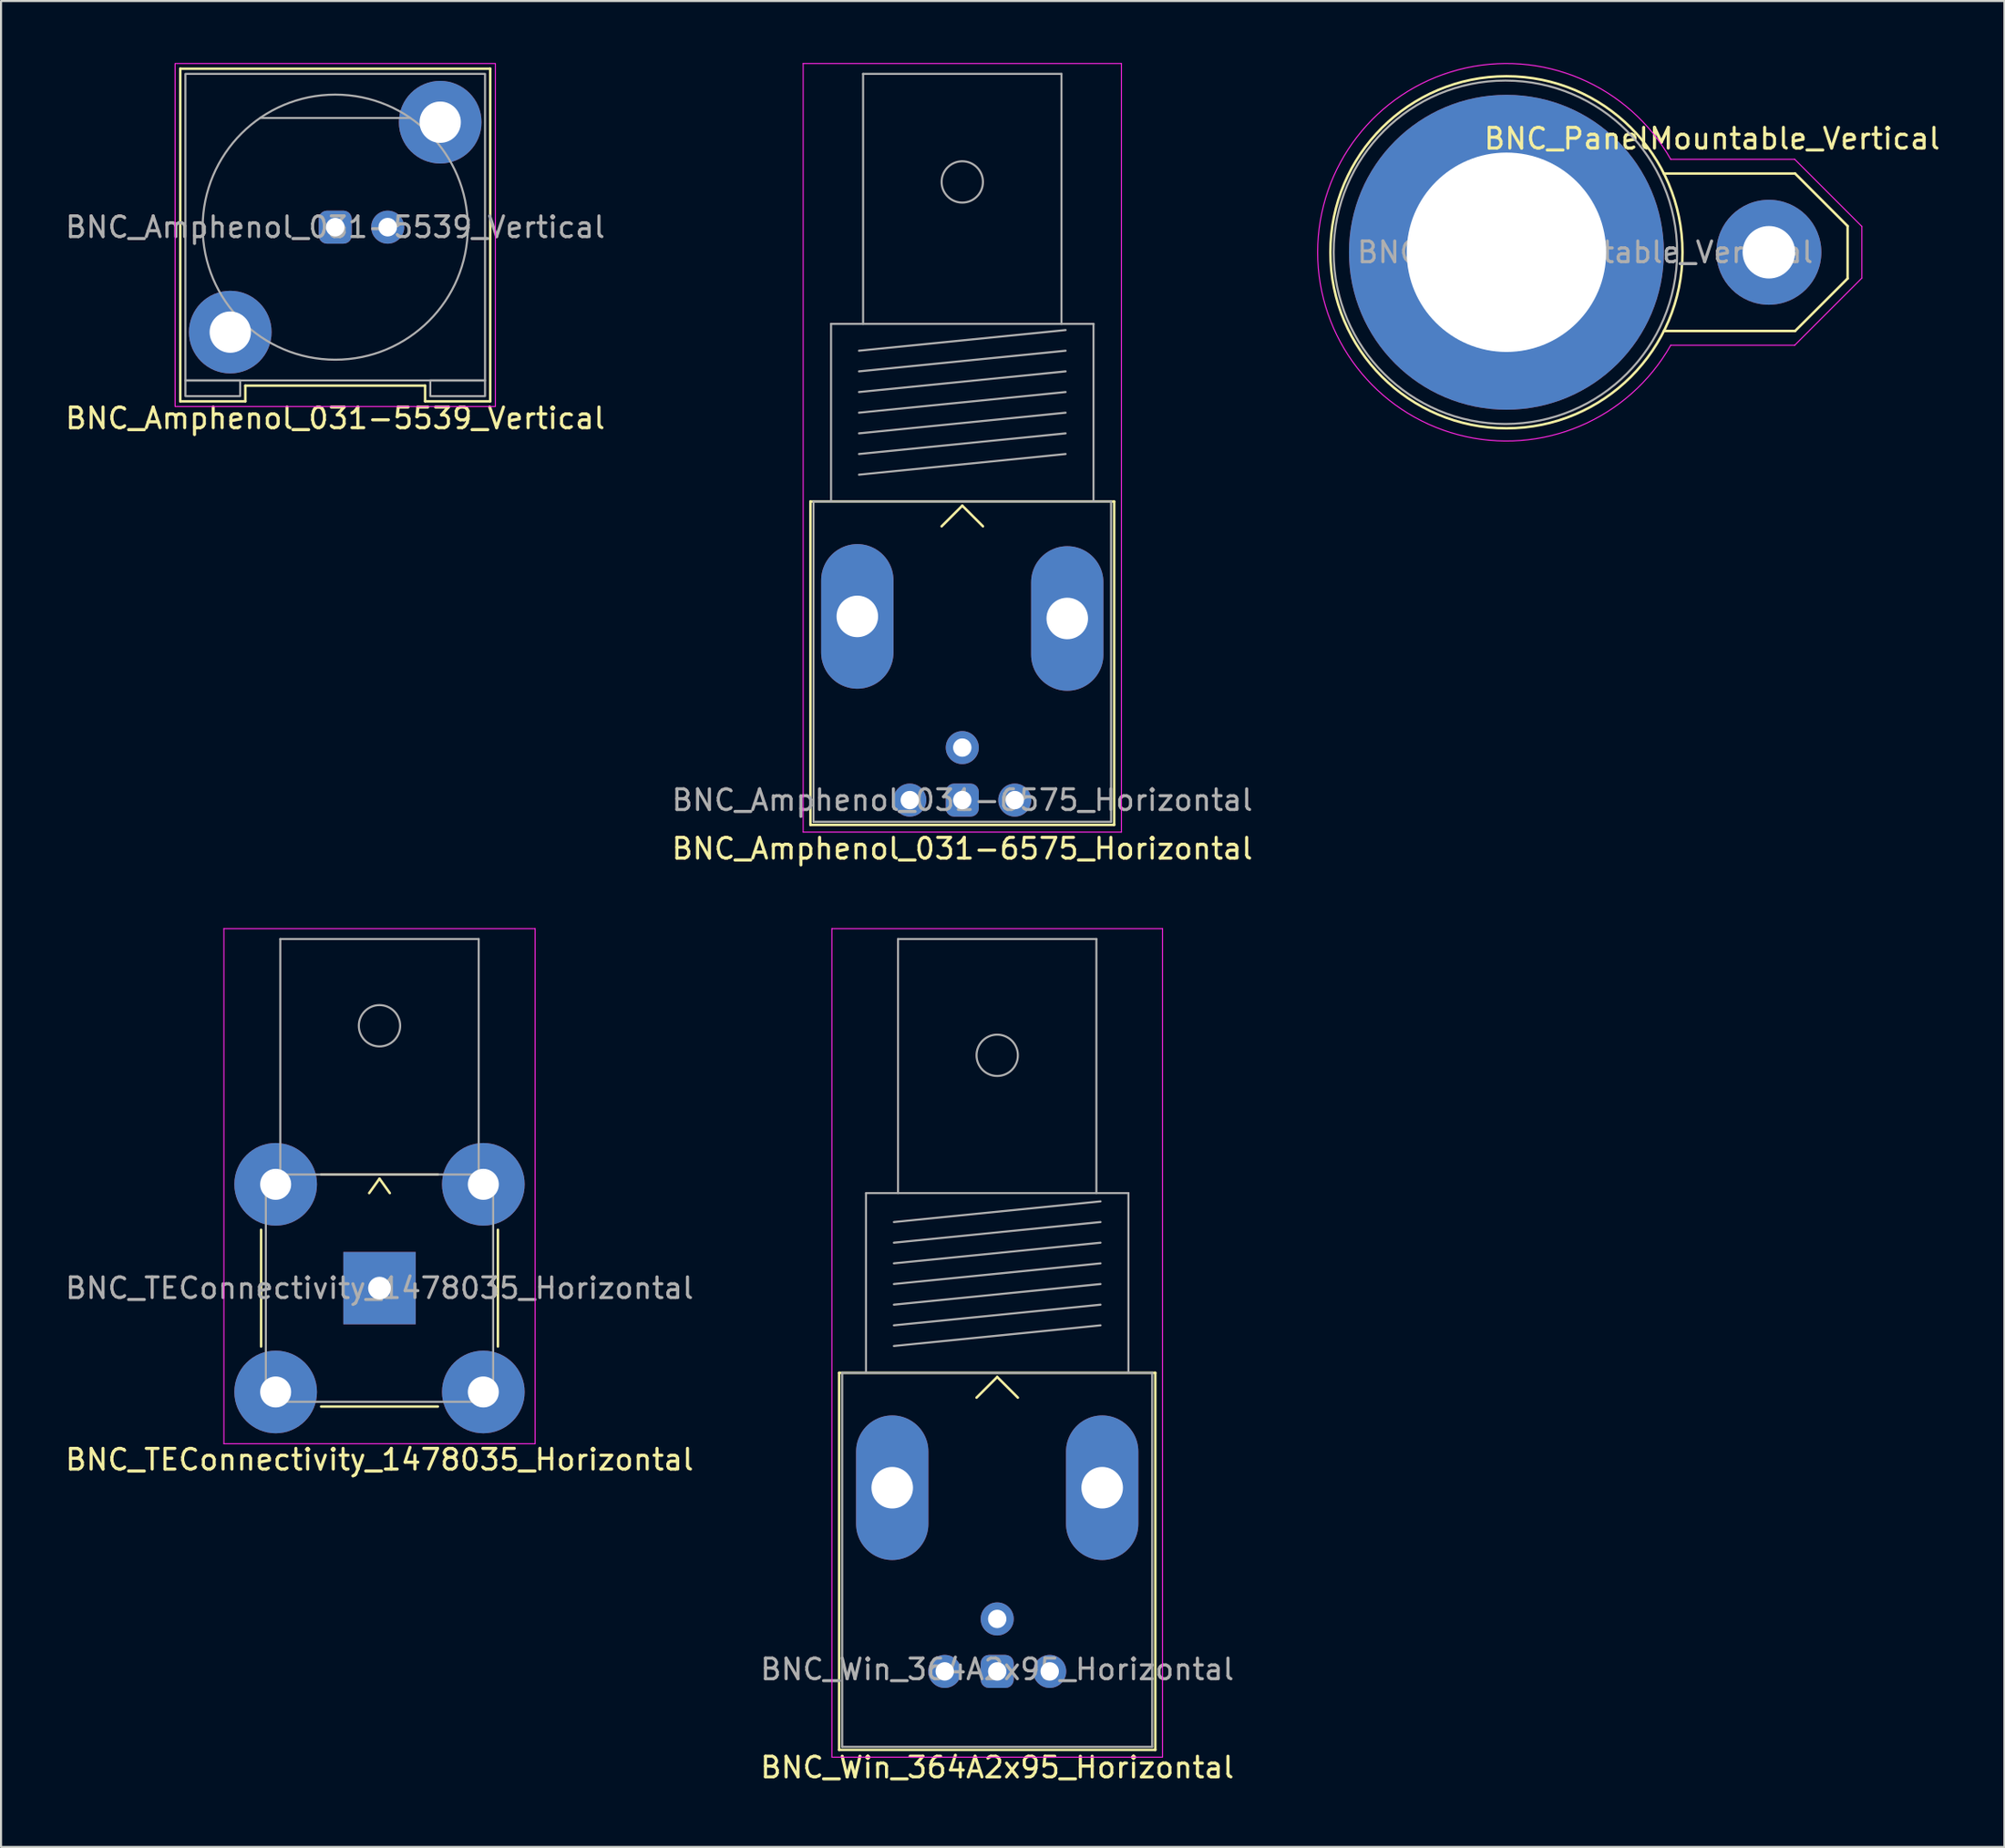
<source format=kicad_pcb>
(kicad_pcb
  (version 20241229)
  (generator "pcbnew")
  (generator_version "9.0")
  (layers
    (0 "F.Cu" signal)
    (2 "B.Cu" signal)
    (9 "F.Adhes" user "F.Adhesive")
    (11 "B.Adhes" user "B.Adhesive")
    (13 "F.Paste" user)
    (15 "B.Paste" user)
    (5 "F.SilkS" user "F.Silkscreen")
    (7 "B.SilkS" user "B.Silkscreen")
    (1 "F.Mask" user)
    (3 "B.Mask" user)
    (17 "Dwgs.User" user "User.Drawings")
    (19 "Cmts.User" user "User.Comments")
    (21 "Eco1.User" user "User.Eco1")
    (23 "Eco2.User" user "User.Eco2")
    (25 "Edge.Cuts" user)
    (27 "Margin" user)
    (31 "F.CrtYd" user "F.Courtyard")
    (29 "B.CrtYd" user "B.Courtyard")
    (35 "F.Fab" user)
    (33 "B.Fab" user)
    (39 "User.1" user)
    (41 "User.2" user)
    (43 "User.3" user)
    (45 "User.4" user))
  (footprint "BNC_PanelMountable_Vertical"
    (layer "F.Cu")
    (at 82.551 9.16)
    (property "Reference" "BNC_PanelMountable_Vertical" (at -2.75 -5.5 0) (layer "F.SilkS") (effects (font (size 1 1) (thickness 0.15))))
    (attr through_hole)
    (fp_line (start -5.08 3.81) (end 1.27 3.81) (stroke (width 0.12) (type solid)) (layer "F.SilkS"))
    (fp_line (start 1.27 -3.81) (end -5.08 -3.81) (stroke (width 0.12) (type solid)) (layer "F.SilkS"))
    (fp_line (start 1.27 3.81) (end 3.81 1.27) (stroke (width 0.12) (type solid)) (layer "F.SilkS"))
    (fp_line (start 3.81 -1.27) (end 1.27 -3.81) (stroke (width 0.12) (type solid)) (layer "F.SilkS"))
    (fp_line (start 3.81 1.27) (end 3.81 -1.27) (stroke (width 0.12) (type solid)) (layer "F.SilkS"))
    (fp_circle (center -12.7 0) (end -5.08 3.81) (stroke (width 0.12) (type solid)) (fill no) (layer "F.SilkS"))
    (fp_line (start -4.75 -4.5) (end 1.25 -4.5) (stroke (width 0.05) (type solid)) (layer "F.CrtYd"))
    (fp_line (start 1.25 -4.5) (end 4.5 -1.25) (stroke (width 0.05) (type solid)) (layer "F.CrtYd"))
    (fp_line (start 1.25 4.5) (end -4.75 4.5) (stroke (width 0.05) (type solid)) (layer "F.CrtYd"))
    (fp_line (start 4.5 -1.25) (end 4.5 1.25) (stroke (width 0.05) (type solid)) (layer "F.CrtYd"))
    (fp_line (start 4.5 1.25) (end 1.25 4.5) (stroke (width 0.05) (type solid)) (layer "F.CrtYd"))
    (fp_arc (start -4.75 4.5) (mid -21.835234 -0.001833) (end -4.748194 -4.496809) (stroke (width 0.05) (type solid)) (layer "F.CrtYd"))
    (fp_circle (center -12.75 0) (end -6.75 5.75) (stroke (width 0.1) (type solid)) (fill no) (layer "F.Fab"))
    (fp_text user "${REFERENCE}" (at -8.89 0 0) (layer "F.Fab") (effects (font (size 1 1) (thickness 0.15))))
    (pad "1" thru_hole circle (at 0 0) (size 5.08 5.08) (drill 2.54) (layers "*.Cu" "*.Mask"))
    (pad "2" thru_hole circle (at -12.7 0) (size 15.24 15.24) (drill 9.65) (layers "*.Cu" "*.Mask")))
  (footprint "BNC_TEConnectivity_1478035_Horizontal"
    (layer "F.Cu")
    (at 15.315 59.298)
    (property "Reference" "BNC_TEConnectivity_1478035_Horizontal" (at 0 8.3 0) (layer "F.SilkS") (effects (font (size 1 1) (thickness 0.15))))
    (attr through_hole)
    (fp_line (start -5.73 -2.825) (end -5.73 2.825) (stroke (width 0.12) (type solid)) (layer "F.SilkS"))
    (fp_line (start -2.825 5.73) (end 2.825 5.73) (stroke (width 0.12) (type solid)) (layer "F.SilkS"))
    (fp_line (start 0 -5.3) (end -0.5 -4.6) (stroke (width 0.12) (type solid)) (layer "F.SilkS"))
    (fp_line (start 0 -5.3) (end 0.5 -4.6) (stroke (width 0.12) (type solid)) (layer "F.SilkS"))
    (fp_line (start 2.825 -5.5) (end -2.825 -5.5) (stroke (width 0.12) (type solid)) (layer "F.SilkS"))
    (fp_line (start 5.73 2.825) (end 5.73 -2.825) (stroke (width 0.12) (type solid)) (layer "F.SilkS"))
    (fp_line (start -7.53 -17.4) (end 7.53 -17.4) (stroke (width 0.05) (type solid)) (layer "F.CrtYd"))
    (fp_line (start -7.53 7.53) (end -7.53 -17.4) (stroke (width 0.05) (type solid)) (layer "F.CrtYd"))
    (fp_line (start 7.53 -17.4) (end 7.53 7.53) (stroke (width 0.05) (type solid)) (layer "F.CrtYd"))
    (fp_line (start 7.53 7.53) (end -7.53 7.53) (stroke (width 0.05) (type solid)) (layer "F.CrtYd"))
    (fp_line (start -5.5 -5.5) (end 5.5 -5.5) (stroke (width 0.1) (type solid)) (layer "F.Fab"))
    (fp_line (start -5.5 5.5) (end -5.5 -5.5) (stroke (width 0.1) (type solid)) (layer "F.Fab"))
    (fp_line (start -4.8 -5.5) (end -4.8 -16.9) (stroke (width 0.1) (type solid)) (layer "F.Fab"))
    (fp_line (start 4.8 -16.9) (end -4.8 -16.9) (stroke (width 0.1) (type solid)) (layer "F.Fab"))
    (fp_line (start 4.8 -5.5) (end 4.8 -16.9) (stroke (width 0.1) (type solid)) (layer "F.Fab"))
    (fp_line (start 5.5 -5.5) (end 5.5 5.5) (stroke (width 0.1) (type solid)) (layer "F.Fab"))
    (fp_line (start 5.5 5.5) (end -5.5 5.5) (stroke (width 0.1) (type solid)) (layer "F.Fab"))
    (fp_circle (center 0 -12.7) (end 1 -12.7) (stroke (width 0.1) (type solid)) (fill no) (layer "F.Fab"))
    (fp_text user "${REFERENCE}" (at 0 0 0) (layer "F.Fab") (effects (font (size 1 1) (thickness 0.15))))
    (pad "1" thru_hole rect (at 0 0) (size 3.5 3.5) (drill 1.1) (layers "*.Cu" "*.Mask"))
    (pad "2" thru_hole circle (at -5.025 -5.025) (size 4 4) (drill 1.5) (layers "*.Cu" "*.Mask"))
    (pad "2" thru_hole circle (at -5.025 5.025) (size 4 4) (drill 1.5) (layers "*.Cu" "*.Mask"))
    (pad "2" thru_hole circle (at 5.025 -5.025) (size 4 4) (drill 1.5) (layers "*.Cu" "*.Mask"))
    (pad "2" thru_hole circle (at 5.025 5.025) (size 4 4) (drill 1.5) (layers "*.Cu" "*.Mask")))
  (footprint "BNC_Amphenol_031-5539_Vertical"
    (layer "F.Cu")
    (at 13.173 7.945)
    (property "Reference" "BNC_Amphenol_031-5539_Vertical" (at 0 9.25 180) (layer "F.SilkS") (effects (font (size 1 1) (thickness 0.15))))
    (attr through_hole)
    (fp_line (start -7.5 -7.67) (end 7.5 -7.67) (stroke (width 0.12) (type solid)) (layer "F.SilkS"))
    (fp_line (start -7.5 8.43) (end -7.5 -7.67) (stroke (width 0.12) (type solid)) (layer "F.SilkS"))
    (fp_line (start -4.35 7.67) (end -4.35 8.43) (stroke (width 0.12) (type solid)) (layer "F.SilkS"))
    (fp_line (start -4.35 8.43) (end -7.5 8.43) (stroke (width 0.12) (type solid)) (layer "F.SilkS"))
    (fp_line (start 4.35 7.67) (end -4.35 7.67) (stroke (width 0.12) (type solid)) (layer "F.SilkS"))
    (fp_line (start 4.35 8.43) (end 4.35 7.67) (stroke (width 0.12) (type solid)) (layer "F.SilkS"))
    (fp_line (start 7.5 -7.67) (end 7.5 8.43) (stroke (width 0.12) (type solid)) (layer "F.SilkS"))
    (fp_line (start 7.5 8.43) (end 4.35 8.43) (stroke (width 0.12) (type solid)) (layer "F.SilkS"))
    (fp_rect (start 7.75 8.68) (end -7.75 -7.92) (stroke (width 0.05) (type solid)) (fill no) (layer "F.CrtYd"))
    (fp_line (start -3.636 -5.285) (end 3.636 -5.285) (stroke (width 0.1) (type solid)) (layer "F.Fab"))
    (fp_rect (start -4.6 7.42) (end -7.25 8.18) (stroke (width 0.1) (type solid)) (fill no) (layer "F.Fab"))
    (fp_rect (start 7.25 7.42) (end -7.25 -7.42) (stroke (width 0.1) (type solid)) (fill no) (layer "F.Fab"))
    (fp_rect (start 7.25 7.42) (end 4.6 8.18) (stroke (width 0.1) (type solid)) (fill no) (layer "F.Fab"))
    (fp_circle (center 0 0) (end 6.415 0) (stroke (width 0.1) (type solid)) (fill no) (layer "F.Fab"))
    (fp_text user "${REFERENCE}" (at 0 0 180) (layer "F.Fab") (effects (font (size 1 1) (thickness 0.15))))
    (pad "" thru_hole circle (at -5.08 5.08 180) (size 4 4) (drill 2) (layers "*.Cu" "*.Mask"))
    (pad "" thru_hole circle (at 5.08 -5.08 180) (size 4 4) (drill 2) (layers "*.Cu" "*.Mask"))
    (pad "1" thru_hole roundrect (at 0 0 180) (size 1.6 1.6) (drill 0.9) (layers "*.Cu" "*.Mask") (roundrect_rratio 0.25))
    (pad "2" thru_hole circle (at 2.54 0 180) (size 1.6 1.6) (drill 0.9) (layers "*.Cu" "*.Mask")))
  (footprint "BNC_Win_364A2x95_Horizontal"
    (layer "F.Cu")
    (at 45.208 77.848)
    (property "Reference" "BNC_Win_364A2x95_Horizontal" (at 0 4.65 0) (layer "F.SilkS") (effects (font (size 1 1) (thickness 0.15))))
    (attr through_hole)
    (fp_line (start -7.65 -14.45) (end 7.65 -14.45) (stroke (width 0.12) (type solid)) (layer "F.SilkS"))
    (fp_line (start -7.65 3.8) (end -7.65 -14.45) (stroke (width 0.12) (type solid)) (layer "F.SilkS"))
    (fp_line (start 0 -14.25) (end -1 -13.25) (stroke (width 0.12) (type solid)) (layer "F.SilkS"))
    (fp_line (start 0 -14.25) (end 1 -13.25) (stroke (width 0.12) (type solid)) (layer "F.SilkS"))
    (fp_line (start 7.65 -14.45) (end 7.65 3.8) (stroke (width 0.12) (type solid)) (layer "F.SilkS"))
    (fp_line (start 7.65 3.8) (end -7.65 3.8) (stroke (width 0.12) (type solid)) (layer "F.SilkS"))
    (fp_line (start -8 4.15) (end -8 -35.95) (stroke (width 0.05) (type solid)) (layer "F.CrtYd"))
    (fp_line (start -8 4.15) (end 8 4.15) (stroke (width 0.05) (type solid)) (layer "F.CrtYd"))
    (fp_line (start 8 -35.95) (end -8 -35.95) (stroke (width 0.05) (type solid)) (layer "F.CrtYd"))
    (fp_line (start 8 4.15) (end 8 -35.95) (stroke (width 0.05) (type solid)) (layer "F.CrtYd"))
    (fp_line (start -7.5 -14.45) (end -7.5 3.65) (stroke (width 0.1) (type solid)) (layer "F.Fab"))
    (fp_line (start -7.5 3.65) (end 7.5 3.65) (stroke (width 0.1) (type solid)) (layer "F.Fab"))
    (fp_line (start -6.35 -23.15) (end -6.35 -14.45) (stroke (width 0.1) (type solid)) (layer "F.Fab"))
    (fp_line (start -5 -21.75) (end 5 -22.75) (stroke (width 0.1) (type solid)) (layer "F.Fab"))
    (fp_line (start -5 -20.75) (end 5 -21.75) (stroke (width 0.1) (type solid)) (layer "F.Fab"))
    (fp_line (start -5 -19.75) (end 5 -20.75) (stroke (width 0.1) (type solid)) (layer "F.Fab"))
    (fp_line (start -5 -18.75) (end 5 -19.75) (stroke (width 0.1) (type solid)) (layer "F.Fab"))
    (fp_line (start -5 -17.75) (end 5 -18.75) (stroke (width 0.1) (type solid)) (layer "F.Fab"))
    (fp_line (start -5 -16.75) (end 5 -17.75) (stroke (width 0.1) (type solid)) (layer "F.Fab"))
    (fp_line (start -5 -15.75) (end 5 -16.75) (stroke (width 0.1) (type solid)) (layer "F.Fab"))
    (fp_line (start -4.8 -35.45) (end -4.8 -23.15) (stroke (width 0.1) (type solid)) (layer "F.Fab"))
    (fp_line (start 4.8 -35.45) (end -4.8 -35.45) (stroke (width 0.1) (type solid)) (layer "F.Fab"))
    (fp_line (start 4.8 -23.15) (end 4.8 -35.45) (stroke (width 0.1) (type solid)) (layer "F.Fab"))
    (fp_line (start 6.35 -23.15) (end -6.35 -23.15) (stroke (width 0.1) (type solid)) (layer "F.Fab"))
    (fp_line (start 6.35 -14.45) (end 6.35 -23.15) (stroke (width 0.1) (type solid)) (layer "F.Fab"))
    (fp_line (start 7.5 -14.45) (end -7.5 -14.45) (stroke (width 0.1) (type solid)) (layer "F.Fab"))
    (fp_line (start 7.5 3.65) (end 7.5 -14.45) (stroke (width 0.1) (type solid)) (layer "F.Fab"))
    (fp_circle (center 0 -29.82) (end 1 -29.82) (stroke (width 0.1) (type solid)) (fill no) (layer "F.Fab"))
    (fp_text user "${REFERENCE}" (at 0 -0.1 0) (layer "F.Fab") (effects (font (size 1 1) (thickness 0.15))))
    (pad "1" thru_hole roundrect (at 0 0) (size 1.6 1.6) (drill 0.89) (layers "*.Cu" "*.Mask") (roundrect_rratio 0.25))
    (pad "2" thru_hole circle (at 0 -2.54) (size 1.6 1.6) (drill 0.89) (layers "*.Cu" "*.Mask"))
    (pad "3" thru_hole oval (at -5.08 -8.89) (size 3.5 7) (drill 2.01) (layers "*.Cu" "*.Mask"))
    (pad "3" thru_hole circle (at -2.54 0) (size 1.6 1.6) (drill 0.89) (layers "*.Cu" "*.Mask"))
    (pad "3" thru_hole circle (at 2.54 0) (size 1.6 1.6) (drill 0.89) (layers "*.Cu" "*.Mask"))
    (pad "3" thru_hole oval (at 5.08 -8.89) (size 3.5 7) (drill 2.01) (layers "*.Cu" "*.Mask")))
  (footprint "BNC_Amphenol_031-6575_Horizontal"
    (layer "F.Cu")
    (at 43.518 35.675)
    (property "Reference" "BNC_Amphenol_031-6575_Horizontal" (at 0 2.35 0) (layer "F.SilkS") (effects (font (size 1 1) (thickness 0.15))))
    (attr through_hole)
    (fp_line (start -7.35 -14.45) (end 7.35 -14.45) (stroke (width 0.12) (type solid)) (layer "F.SilkS"))
    (fp_line (start -7.35 1.2) (end -7.35 -14.45) (stroke (width 0.12) (type solid)) (layer "F.SilkS"))
    (fp_line (start 0 -14.25) (end -1 -13.25) (stroke (width 0.12) (type solid)) (layer "F.SilkS"))
    (fp_line (start 0 -14.25) (end 1 -13.25) (stroke (width 0.12) (type solid)) (layer "F.SilkS"))
    (fp_line (start 7.35 -14.45) (end 7.35 1.2) (stroke (width 0.12) (type solid)) (layer "F.SilkS"))
    (fp_line (start 7.35 1.2) (end -7.35 1.2) (stroke (width 0.12) (type solid)) (layer "F.SilkS"))
    (fp_line (start -7.7 1.55) (end -7.7 -35.65) (stroke (width 0.05) (type solid)) (layer "F.CrtYd"))
    (fp_line (start -7.7 1.55) (end 7.7 1.55) (stroke (width 0.05) (type solid)) (layer "F.CrtYd"))
    (fp_line (start 7.7 -35.65) (end -7.7 -35.65) (stroke (width 0.05) (type solid)) (layer "F.CrtYd"))
    (fp_line (start 7.7 1.55) (end 7.7 -35.65) (stroke (width 0.05) (type solid)) (layer "F.CrtYd"))
    (fp_line (start -7.2 -14.45) (end -7.2 1.05) (stroke (width 0.1) (type solid)) (layer "F.Fab"))
    (fp_line (start -7.2 1.05) (end 7.2 1.05) (stroke (width 0.1) (type solid)) (layer "F.Fab"))
    (fp_line (start -6.35 -23.05) (end -6.35 -14.45) (stroke (width 0.1) (type solid)) (layer "F.Fab"))
    (fp_line (start -5 -21.75) (end 5 -22.75) (stroke (width 0.1) (type solid)) (layer "F.Fab"))
    (fp_line (start -5 -20.75) (end 5 -21.75) (stroke (width 0.1) (type solid)) (layer "F.Fab"))
    (fp_line (start -5 -19.75) (end 5 -20.75) (stroke (width 0.1) (type solid)) (layer "F.Fab"))
    (fp_line (start -5 -18.75) (end 5 -19.75) (stroke (width 0.1) (type solid)) (layer "F.Fab"))
    (fp_line (start -5 -17.75) (end 5 -18.75) (stroke (width 0.1) (type solid)) (layer "F.Fab"))
    (fp_line (start -5 -16.75) (end 5 -17.75) (stroke (width 0.1) (type solid)) (layer "F.Fab"))
    (fp_line (start -5 -15.75) (end 5 -16.75) (stroke (width 0.1) (type solid)) (layer "F.Fab"))
    (fp_line (start -4.8 -35.15) (end -4.8 -23.05) (stroke (width 0.1) (type solid)) (layer "F.Fab"))
    (fp_line (start 4.8 -35.15) (end -4.8 -35.15) (stroke (width 0.1) (type solid)) (layer "F.Fab"))
    (fp_line (start 4.8 -23.05) (end 4.8 -35.15) (stroke (width 0.1) (type solid)) (layer "F.Fab"))
    (fp_line (start 6.35 -23.05) (end -6.35 -23.05) (stroke (width 0.1) (type solid)) (layer "F.Fab"))
    (fp_line (start 6.35 -14.45) (end 6.35 -23.05) (stroke (width 0.1) (type solid)) (layer "F.Fab"))
    (fp_line (start 7.2 -14.45) (end -7.2 -14.45) (stroke (width 0.1) (type solid)) (layer "F.Fab"))
    (fp_line (start 7.2 1.05) (end 7.2 -14.45) (stroke (width 0.1) (type solid)) (layer "F.Fab"))
    (fp_circle (center 0 -29.92) (end 1 -29.92) (stroke (width 0.1) (type solid)) (fill no) (layer "F.Fab"))
    (fp_text user "${REFERENCE}" (at 0 0 0) (layer "F.Fab") (effects (font (size 1 1) (thickness 0.15))))
    (pad "" thru_hole oval (at -5.08 -8.89) (size 3.5 7) (drill 2.01) (layers "*.Cu" "*.Mask"))
    (pad "" thru_hole oval (at 5.08 -8.79) (size 3.5 7) (drill 2.01) (layers "*.Cu" "*.Mask"))
    (pad "1" thru_hole roundrect (at 0 0) (size 1.6 1.6) (drill 0.89) (layers "*.Cu" "*.Mask") (roundrect_rratio 0.25))
    (pad "2" thru_hole circle (at -2.54 0) (size 1.6 1.6) (drill 0.89) (layers "*.Cu" "*.Mask"))
    (pad "3" thru_hole circle (at 0 -2.54) (size 1.6 1.6) (drill 0.89) (layers "*.Cu" "*.Mask"))
    (pad "4" thru_hole circle (at 2.54 0) (size 1.6 1.6) (drill 0.89) (layers "*.Cu" "*.Mask")))
  (gr_rect
    (start -3 -3)
    (end 93.95 86.347)
    (stroke (width 0.1) (type default))
    (fill no)
    (layer "Edge.Cuts")))
</source>
